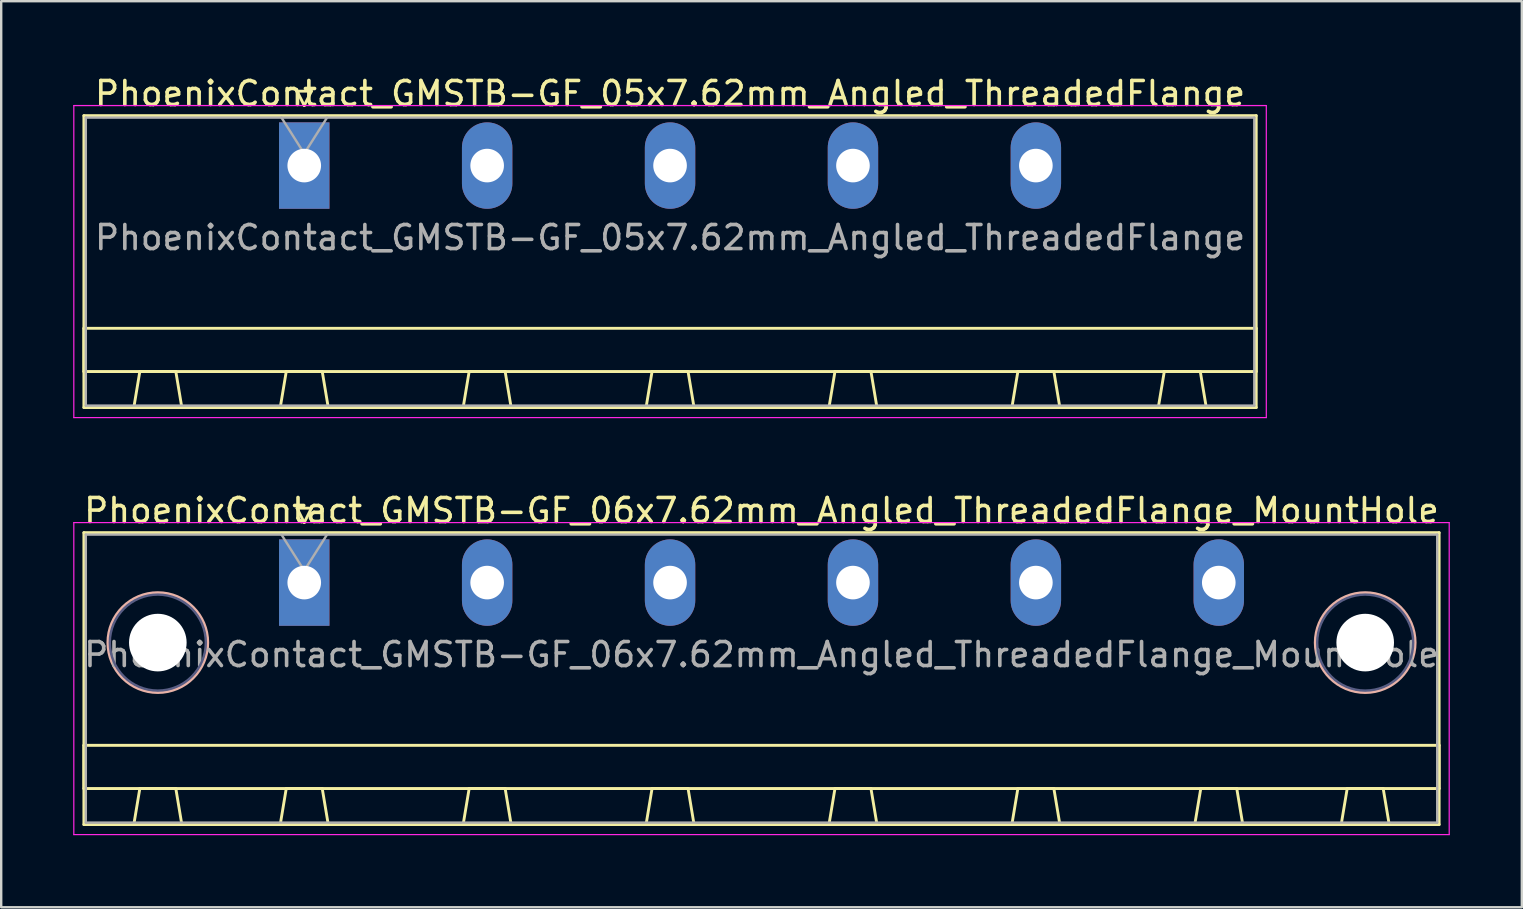
<source format=kicad_pcb>
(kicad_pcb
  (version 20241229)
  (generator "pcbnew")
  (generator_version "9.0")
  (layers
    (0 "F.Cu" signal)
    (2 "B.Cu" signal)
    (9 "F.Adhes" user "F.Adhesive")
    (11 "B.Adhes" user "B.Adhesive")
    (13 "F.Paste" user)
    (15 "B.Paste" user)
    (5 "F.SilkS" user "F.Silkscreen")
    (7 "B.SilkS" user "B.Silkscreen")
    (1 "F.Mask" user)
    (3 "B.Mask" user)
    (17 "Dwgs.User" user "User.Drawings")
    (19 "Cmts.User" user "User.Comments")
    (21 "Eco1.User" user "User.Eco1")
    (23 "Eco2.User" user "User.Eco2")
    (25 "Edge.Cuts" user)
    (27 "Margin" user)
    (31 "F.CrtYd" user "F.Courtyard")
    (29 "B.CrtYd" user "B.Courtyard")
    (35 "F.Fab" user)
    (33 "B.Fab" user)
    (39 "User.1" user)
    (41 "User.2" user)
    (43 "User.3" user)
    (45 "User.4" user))
  (footprint "PhoenixContact_GMSTB-GF_06x7.62mm_Angled_ThreadedFlange_MountHole"
    (layer "F.Cu")
    (at 9.625 21.221)
    (property "Reference" "PhoenixContact_GMSTB-GF_06x7.62mm_Angled_ThreadedFlange_MountHole" (at 19.05 -3 0) (layer "F.SilkS") (effects (font (size 1 1) (thickness 0.15))))
    (attr through_hole)
    (fp_line (start -9.18 -2.08) (end -9.18 10.08) (stroke (width 0.12) (type solid)) (layer "F.SilkS"))
    (fp_line (start -9.18 6.78) (end 47.28 6.78) (stroke (width 0.12) (type solid)) (layer "F.SilkS"))
    (fp_line (start -9.18 8.58) (end -9.18 6.78) (stroke (width 0.12) (type solid)) (layer "F.SilkS"))
    (fp_line (start -9.18 10.08) (end 47.28 10.08) (stroke (width 0.12) (type solid)) (layer "F.SilkS"))
    (fp_line (start -7.1 10.08) (end -5.1 10.08) (stroke (width 0.12) (type solid)) (layer "F.SilkS"))
    (fp_line (start -6.85 8.58) (end -7.1 10.08) (stroke (width 0.12) (type solid)) (layer "F.SilkS"))
    (fp_line (start -5.35 8.58) (end -6.85 8.58) (stroke (width 0.12) (type solid)) (layer "F.SilkS"))
    (fp_line (start -5.1 10.08) (end -5.35 8.58) (stroke (width 0.12) (type solid)) (layer "F.SilkS"))
    (fp_line (start -1 10.08) (end 1 10.08) (stroke (width 0.12) (type solid)) (layer "F.SilkS"))
    (fp_line (start -0.75 8.58) (end -1 10.08) (stroke (width 0.12) (type solid)) (layer "F.SilkS"))
    (fp_line (start -0.3 -3.1) (end 0.3 -3.1) (stroke (width 0.12) (type solid)) (layer "F.SilkS"))
    (fp_line (start 0 -2.5) (end -0.3 -3.1) (stroke (width 0.12) (type solid)) (layer "F.SilkS"))
    (fp_line (start 0.3 -3.1) (end 0 -2.5) (stroke (width 0.12) (type solid)) (layer "F.SilkS"))
    (fp_line (start 0.75 8.58) (end -0.75 8.58) (stroke (width 0.12) (type solid)) (layer "F.SilkS"))
    (fp_line (start 1 10.08) (end 0.75 8.58) (stroke (width 0.12) (type solid)) (layer "F.SilkS"))
    (fp_line (start 6.62 10.08) (end 8.62 10.08) (stroke (width 0.12) (type solid)) (layer "F.SilkS"))
    (fp_line (start 6.87 8.58) (end 6.62 10.08) (stroke (width 0.12) (type solid)) (layer "F.SilkS"))
    (fp_line (start 8.37 8.58) (end 6.87 8.58) (stroke (width 0.12) (type solid)) (layer "F.SilkS"))
    (fp_line (start 8.62 10.08) (end 8.37 8.58) (stroke (width 0.12) (type solid)) (layer "F.SilkS"))
    (fp_line (start 14.24 10.08) (end 16.24 10.08) (stroke (width 0.12) (type solid)) (layer "F.SilkS"))
    (fp_line (start 14.49 8.58) (end 14.24 10.08) (stroke (width 0.12) (type solid)) (layer "F.SilkS"))
    (fp_line (start 15.99 8.58) (end 14.49 8.58) (stroke (width 0.12) (type solid)) (layer "F.SilkS"))
    (fp_line (start 16.24 10.08) (end 15.99 8.58) (stroke (width 0.12) (type solid)) (layer "F.SilkS"))
    (fp_line (start 21.86 10.08) (end 23.86 10.08) (stroke (width 0.12) (type solid)) (layer "F.SilkS"))
    (fp_line (start 22.11 8.58) (end 21.86 10.08) (stroke (width 0.12) (type solid)) (layer "F.SilkS"))
    (fp_line (start 23.61 8.58) (end 22.11 8.58) (stroke (width 0.12) (type solid)) (layer "F.SilkS"))
    (fp_line (start 23.86 10.08) (end 23.61 8.58) (stroke (width 0.12) (type solid)) (layer "F.SilkS"))
    (fp_line (start 29.48 10.08) (end 31.48 10.08) (stroke (width 0.12) (type solid)) (layer "F.SilkS"))
    (fp_line (start 29.73 8.58) (end 29.48 10.08) (stroke (width 0.12) (type solid)) (layer "F.SilkS"))
    (fp_line (start 31.23 8.58) (end 29.73 8.58) (stroke (width 0.12) (type solid)) (layer "F.SilkS"))
    (fp_line (start 31.48 10.08) (end 31.23 8.58) (stroke (width 0.12) (type solid)) (layer "F.SilkS"))
    (fp_line (start 37.1 10.08) (end 39.1 10.08) (stroke (width 0.12) (type solid)) (layer "F.SilkS"))
    (fp_line (start 37.35 8.58) (end 37.1 10.08) (stroke (width 0.12) (type solid)) (layer "F.SilkS"))
    (fp_line (start 38.85 8.58) (end 37.35 8.58) (stroke (width 0.12) (type solid)) (layer "F.SilkS"))
    (fp_line (start 39.1 10.08) (end 38.85 8.58) (stroke (width 0.12) (type solid)) (layer "F.SilkS"))
    (fp_line (start 43.2 10.08) (end 45.2 10.08) (stroke (width 0.12) (type solid)) (layer "F.SilkS"))
    (fp_line (start 43.45 8.58) (end 43.2 10.08) (stroke (width 0.12) (type solid)) (layer "F.SilkS"))
    (fp_line (start 44.95 8.58) (end 43.45 8.58) (stroke (width 0.12) (type solid)) (layer "F.SilkS"))
    (fp_line (start 45.2 10.08) (end 44.95 8.58) (stroke (width 0.12) (type solid)) (layer "F.SilkS"))
    (fp_line (start 47.28 -2.08) (end -9.18 -2.08) (stroke (width 0.12) (type solid)) (layer "F.SilkS"))
    (fp_line (start 47.28 6.78) (end 47.28 8.58) (stroke (width 0.12) (type solid)) (layer "F.SilkS"))
    (fp_line (start 47.28 8.58) (end -9.18 8.58) (stroke (width 0.12) (type solid)) (layer "F.SilkS"))
    (fp_line (start 47.28 10.08) (end 47.28 -2.08) (stroke (width 0.12) (type solid)) (layer "F.SilkS"))
    (fp_circle (center -6.1 2.5) (end -4.02 2.5) (stroke (width 0.12) (type solid)) (fill no) (layer "B.SilkS"))
    (fp_circle (center 44.2 2.5) (end 46.28 2.5) (stroke (width 0.12) (type solid)) (fill no) (layer "B.SilkS"))
    (fp_line (start -9.6 -2.5) (end -9.6 10.5) (stroke (width 0.05) (type solid)) (layer "F.CrtYd"))
    (fp_line (start -9.6 10.5) (end 47.7 10.5) (stroke (width 0.05) (type solid)) (layer "F.CrtYd"))
    (fp_line (start 47.7 -2.5) (end -9.6 -2.5) (stroke (width 0.05) (type solid)) (layer "F.CrtYd"))
    (fp_line (start 47.7 10.5) (end 47.7 -2.5) (stroke (width 0.05) (type solid)) (layer "F.CrtYd"))
    (fp_circle (center -6.1 2.5) (end -4.1 2.5) (stroke (width 0.1) (type solid)) (fill no) (layer "B.Fab"))
    (fp_circle (center 44.2 2.5) (end 46.2 2.5) (stroke (width 0.1) (type solid)) (fill no) (layer "B.Fab"))
    (fp_line (start -9.1 -2) (end -9.1 10) (stroke (width 0.1) (type solid)) (layer "F.Fab"))
    (fp_line (start -9.1 10) (end 47.2 10) (stroke (width 0.1) (type solid)) (layer "F.Fab"))
    (fp_line (start 0 -0.5) (end -0.95 -2) (stroke (width 0.1) (type solid)) (layer "F.Fab"))
    (fp_line (start 0.95 -2) (end 0 -0.5) (stroke (width 0.1) (type solid)) (layer "F.Fab"))
    (fp_line (start 47.2 -2) (end -9.1 -2) (stroke (width 0.1) (type solid)) (layer "F.Fab"))
    (fp_line (start 47.2 10) (end 47.2 -2) (stroke (width 0.1) (type solid)) (layer "F.Fab"))
    (fp_text user "${REFERENCE}" (at 19.05 3 0) (layer "F.Fab") (effects (font (size 1 1) (thickness 0.15))))
    (pad "" np_thru_hole circle (at -6.1 2.5) (size 2.4 2.4) (drill 2.4) (layers "*.Cu" "*.Mask"))
    (pad "" np_thru_hole circle (at 44.2 2.5) (size 2.4 2.4) (drill 2.4) (layers "*.Cu" "*.Mask"))
    (pad "1" thru_hole rect (at 0 0) (size 2.1 3.6) (drill 1.4) (layers "*.Cu" "*.Mask"))
    (pad "2" thru_hole oval (at 7.62 0) (size 2.1 3.6) (drill 1.4) (layers "*.Cu" "*.Mask"))
    (pad "3" thru_hole oval (at 15.24 0) (size 2.1 3.6) (drill 1.4) (layers "*.Cu" "*.Mask"))
    (pad "4" thru_hole oval (at 22.86 0) (size 2.1 3.6) (drill 1.4) (layers "*.Cu" "*.Mask"))
    (pad "5" thru_hole oval (at 30.48 0) (size 2.1 3.6) (drill 1.4) (layers "*.Cu" "*.Mask"))
    (pad "6" thru_hole oval (at 38.1 0) (size 2.1 3.6) (drill 1.4) (layers "*.Cu" "*.Mask")))
  (footprint "PhoenixContact_GMSTB-GF_05x7.62mm_Angled_ThreadedFlange"
    (layer "F.Cu")
    (at 9.625 3.848)
    (property "Reference" "PhoenixContact_GMSTB-GF_05x7.62mm_Angled_ThreadedFlange" (at 15.24 -3 0) (layer "F.SilkS") (effects (font (size 1 1) (thickness 0.15))))
    (attr through_hole)
    (fp_line (start -9.18 -2.08) (end -9.18 10.08) (stroke (width 0.12) (type solid)) (layer "F.SilkS"))
    (fp_line (start -9.18 6.78) (end 39.66 6.78) (stroke (width 0.12) (type solid)) (layer "F.SilkS"))
    (fp_line (start -9.18 8.58) (end -9.18 6.78) (stroke (width 0.12) (type solid)) (layer "F.SilkS"))
    (fp_line (start -9.18 10.08) (end 39.66 10.08) (stroke (width 0.12) (type solid)) (layer "F.SilkS"))
    (fp_line (start -7.1 10.08) (end -5.1 10.08) (stroke (width 0.12) (type solid)) (layer "F.SilkS"))
    (fp_line (start -6.85 8.58) (end -7.1 10.08) (stroke (width 0.12) (type solid)) (layer "F.SilkS"))
    (fp_line (start -5.35 8.58) (end -6.85 8.58) (stroke (width 0.12) (type solid)) (layer "F.SilkS"))
    (fp_line (start -5.1 10.08) (end -5.35 8.58) (stroke (width 0.12) (type solid)) (layer "F.SilkS"))
    (fp_line (start -1 10.08) (end 1 10.08) (stroke (width 0.12) (type solid)) (layer "F.SilkS"))
    (fp_line (start -0.75 8.58) (end -1 10.08) (stroke (width 0.12) (type solid)) (layer "F.SilkS"))
    (fp_line (start -0.3 -3.1) (end 0.3 -3.1) (stroke (width 0.12) (type solid)) (layer "F.SilkS"))
    (fp_line (start 0 -2.5) (end -0.3 -3.1) (stroke (width 0.12) (type solid)) (layer "F.SilkS"))
    (fp_line (start 0.3 -3.1) (end 0 -2.5) (stroke (width 0.12) (type solid)) (layer "F.SilkS"))
    (fp_line (start 0.75 8.58) (end -0.75 8.58) (stroke (width 0.12) (type solid)) (layer "F.SilkS"))
    (fp_line (start 1 10.08) (end 0.75 8.58) (stroke (width 0.12) (type solid)) (layer "F.SilkS"))
    (fp_line (start 6.62 10.08) (end 8.62 10.08) (stroke (width 0.12) (type solid)) (layer "F.SilkS"))
    (fp_line (start 6.87 8.58) (end 6.62 10.08) (stroke (width 0.12) (type solid)) (layer "F.SilkS"))
    (fp_line (start 8.37 8.58) (end 6.87 8.58) (stroke (width 0.12) (type solid)) (layer "F.SilkS"))
    (fp_line (start 8.62 10.08) (end 8.37 8.58) (stroke (width 0.12) (type solid)) (layer "F.SilkS"))
    (fp_line (start 14.24 10.08) (end 16.24 10.08) (stroke (width 0.12) (type solid)) (layer "F.SilkS"))
    (fp_line (start 14.49 8.58) (end 14.24 10.08) (stroke (width 0.12) (type solid)) (layer "F.SilkS"))
    (fp_line (start 15.99 8.58) (end 14.49 8.58) (stroke (width 0.12) (type solid)) (layer "F.SilkS"))
    (fp_line (start 16.24 10.08) (end 15.99 8.58) (stroke (width 0.12) (type solid)) (layer "F.SilkS"))
    (fp_line (start 21.86 10.08) (end 23.86 10.08) (stroke (width 0.12) (type solid)) (layer "F.SilkS"))
    (fp_line (start 22.11 8.58) (end 21.86 10.08) (stroke (width 0.12) (type solid)) (layer "F.SilkS"))
    (fp_line (start 23.61 8.58) (end 22.11 8.58) (stroke (width 0.12) (type solid)) (layer "F.SilkS"))
    (fp_line (start 23.86 10.08) (end 23.61 8.58) (stroke (width 0.12) (type solid)) (layer "F.SilkS"))
    (fp_line (start 29.48 10.08) (end 31.48 10.08) (stroke (width 0.12) (type solid)) (layer "F.SilkS"))
    (fp_line (start 29.73 8.58) (end 29.48 10.08) (stroke (width 0.12) (type solid)) (layer "F.SilkS"))
    (fp_line (start 31.23 8.58) (end 29.73 8.58) (stroke (width 0.12) (type solid)) (layer "F.SilkS"))
    (fp_line (start 31.48 10.08) (end 31.23 8.58) (stroke (width 0.12) (type solid)) (layer "F.SilkS"))
    (fp_line (start 35.58 10.08) (end 37.58 10.08) (stroke (width 0.12) (type solid)) (layer "F.SilkS"))
    (fp_line (start 35.83 8.58) (end 35.58 10.08) (stroke (width 0.12) (type solid)) (layer "F.SilkS"))
    (fp_line (start 37.33 8.58) (end 35.83 8.58) (stroke (width 0.12) (type solid)) (layer "F.SilkS"))
    (fp_line (start 37.58 10.08) (end 37.33 8.58) (stroke (width 0.12) (type solid)) (layer "F.SilkS"))
    (fp_line (start 39.66 -2.08) (end -9.18 -2.08) (stroke (width 0.12) (type solid)) (layer "F.SilkS"))
    (fp_line (start 39.66 6.78) (end 39.66 8.58) (stroke (width 0.12) (type solid)) (layer "F.SilkS"))
    (fp_line (start 39.66 8.58) (end -9.18 8.58) (stroke (width 0.12) (type solid)) (layer "F.SilkS"))
    (fp_line (start 39.66 10.08) (end 39.66 -2.08) (stroke (width 0.12) (type solid)) (layer "F.SilkS"))
    (fp_line (start -9.6 -2.5) (end -9.6 10.5) (stroke (width 0.05) (type solid)) (layer "F.CrtYd"))
    (fp_line (start -9.6 10.5) (end 40.08 10.5) (stroke (width 0.05) (type solid)) (layer "F.CrtYd"))
    (fp_line (start 40.08 -2.5) (end -9.6 -2.5) (stroke (width 0.05) (type solid)) (layer "F.CrtYd"))
    (fp_line (start 40.08 10.5) (end 40.08 -2.5) (stroke (width 0.05) (type solid)) (layer "F.CrtYd"))
    (fp_line (start -9.1 -2) (end -9.1 10) (stroke (width 0.1) (type solid)) (layer "F.Fab"))
    (fp_line (start -9.1 10) (end 39.58 10) (stroke (width 0.1) (type solid)) (layer "F.Fab"))
    (fp_line (start 0 -0.5) (end -0.95 -2) (stroke (width 0.1) (type solid)) (layer "F.Fab"))
    (fp_line (start 0.95 -2) (end 0 -0.5) (stroke (width 0.1) (type solid)) (layer "F.Fab"))
    (fp_line (start 39.58 -2) (end -9.1 -2) (stroke (width 0.1) (type solid)) (layer "F.Fab"))
    (fp_line (start 39.58 10) (end 39.58 -2) (stroke (width 0.1) (type solid)) (layer "F.Fab"))
    (fp_text user "${REFERENCE}" (at 15.24 3 0) (layer "F.Fab") (effects (font (size 1 1) (thickness 0.15))))
    (pad "1" thru_hole rect (at 0 0) (size 2.1 3.6) (drill 1.4) (layers "*.Cu" "*.Mask"))
    (pad "2" thru_hole oval (at 7.62 0) (size 2.1 3.6) (drill 1.4) (layers "*.Cu" "*.Mask"))
    (pad "3" thru_hole oval (at 15.24 0) (size 2.1 3.6) (drill 1.4) (layers "*.Cu" "*.Mask"))
    (pad "4" thru_hole oval (at 22.86 0) (size 2.1 3.6) (drill 1.4) (layers "*.Cu" "*.Mask"))
    (pad "5" thru_hole oval (at 30.48 0) (size 2.1 3.6) (drill 1.4) (layers "*.Cu" "*.Mask")))
  (gr_rect
    (start -3 -3)
    (end 60.35 34.746)
    (stroke (width 0.1) (type default))
    (fill no)
    (layer "Edge.Cuts")))
</source>
